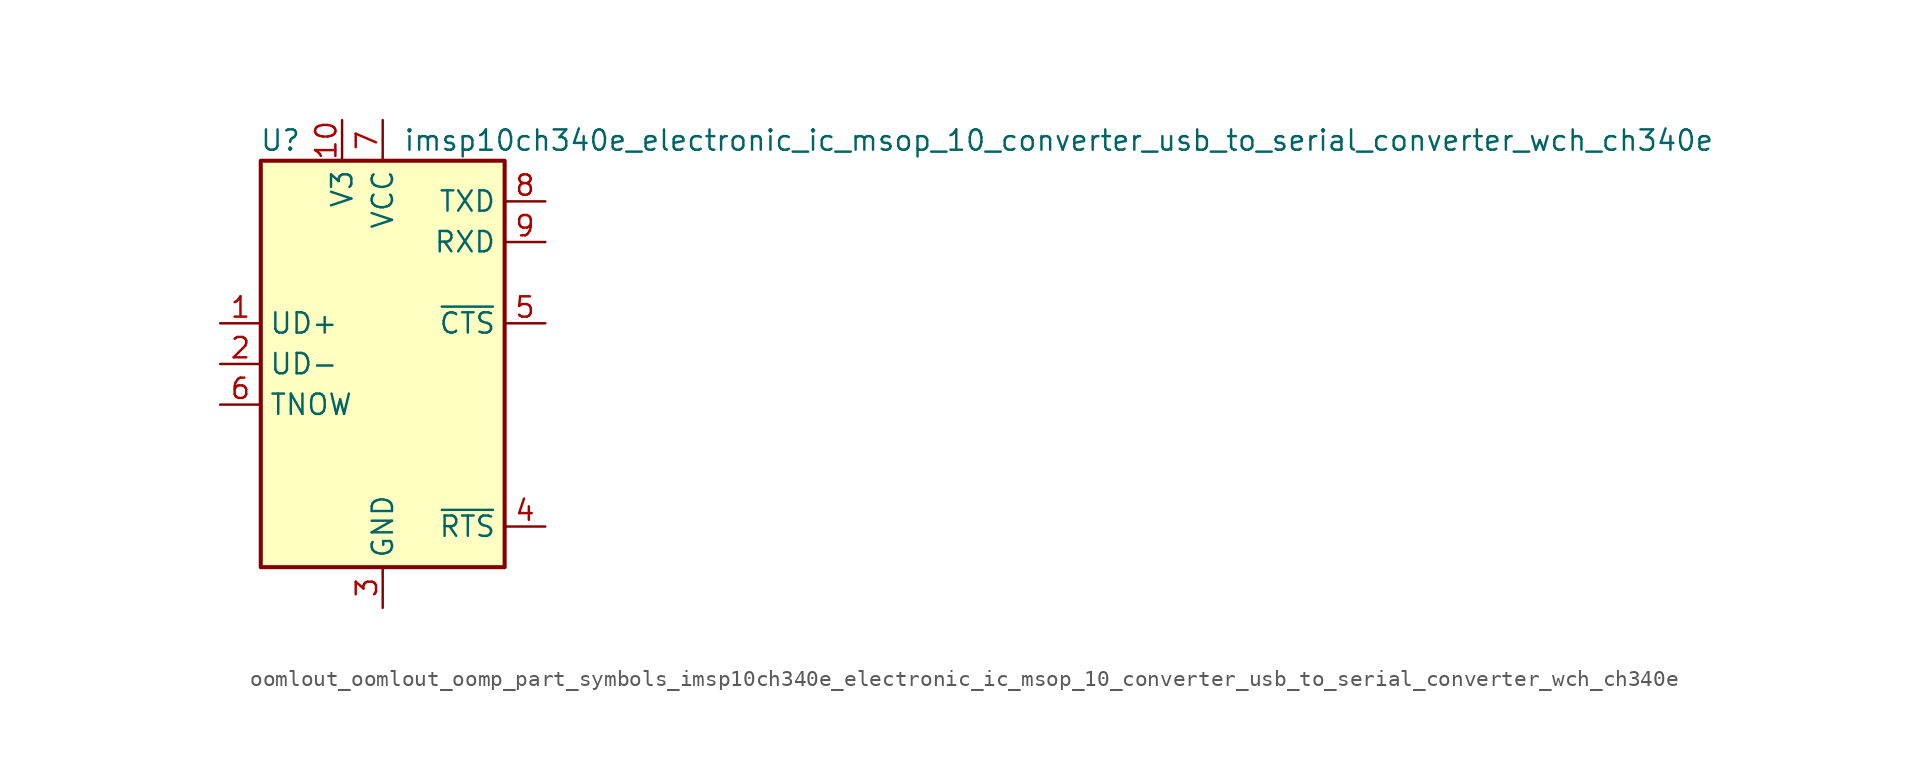
<source format=kicad_sym>
(kicad_symbol_lib
  (version 20220914)
  (generator kicad_symbol_editor)
  (symbol "oomlout_oomlout_oomp_part_symbols_imsp10ch340e_electronic_ic_msop_10_converter_usb_to_serial_converter_wch_ch340e"
    (property "Reference" "U"
      (at -5.08 13.97 0)
      (effects (font (size 1.27 1.27)) (justify right)))
    (property "Value" "imsp10ch340e_electronic_ic_msop_10_converter_usb_to_serial_converter_wch_ch340e"
      (at 1.27 13.97 0)
      (effects (font (size 1.27 1.27)) (justify left)))
    (symbol "oomlout_oomlout_oomp_part_symbols_imsp10ch340e_electronic_ic_msop_10_converter_usb_to_serial_converter_wch_ch340e_0_1"
      (rectangle (start -7.62 12.7) (end 7.62 -12.7) (stroke (width 0.254) (type default)) (fill (type background))))
    (symbol "oomlout_oomlout_oomp_part_symbols_imsp10ch340e_electronic_ic_msop_10_converter_usb_to_serial_converter_wch_ch340e_1_1"
      (pin bidirectional line (at -10.16 2.54 0) (length 2.54) (name "UD+" (effects (font (size 1.27 1.27)))) (number "1" (effects (font (size 1.27 1.27)))))
      (pin passive line (at -2.54 15.24 270) (length 2.54) (name "V3" (effects (font (size 1.27 1.27)))) (number "10" (effects (font (size 1.27 1.27)))))
      (pin bidirectional line (at -10.16 0 0) (length 2.54) (name "UD-" (effects (font (size 1.27 1.27)))) (number "2" (effects (font (size 1.27 1.27)))))
      (pin power_in line (at 0 -15.24 90) (length 2.54) (name "GND" (effects (font (size 1.27 1.27)))) (number "3" (effects (font (size 1.27 1.27)))))
      (pin output line (at 10.16 -10.16 180) (length 2.54) (name "~{RTS}" (effects (font (size 1.27 1.27)))) (number "4" (effects (font (size 1.27 1.27)))))
      (pin input line (at 10.16 2.54 180) (length 2.54) (name "~{CTS}" (effects (font (size 1.27 1.27)))) (number "5" (effects (font (size 1.27 1.27)))))
      (pin output line (at -10.16 -2.54 0) (length 2.54) (name "TNOW" (effects (font (size 1.27 1.27)))) (number "6" (effects (font (size 1.27 1.27)))))
      (pin power_in line (at 0 15.24 270) (length 2.54) (name "VCC" (effects (font (size 1.27 1.27)))) (number "7" (effects (font (size 1.27 1.27)))))
      (pin output line (at 10.16 10.16 180) (length 2.54) (name "TXD" (effects (font (size 1.27 1.27)))) (number "8" (effects (font (size 1.27 1.27)))))
      (pin input line (at 10.16 7.62 180) (length 2.54) (name "RXD" (effects (font (size 1.27 1.27)))) (number "9" (effects (font (size 1.27 1.27))))))))
</source>
